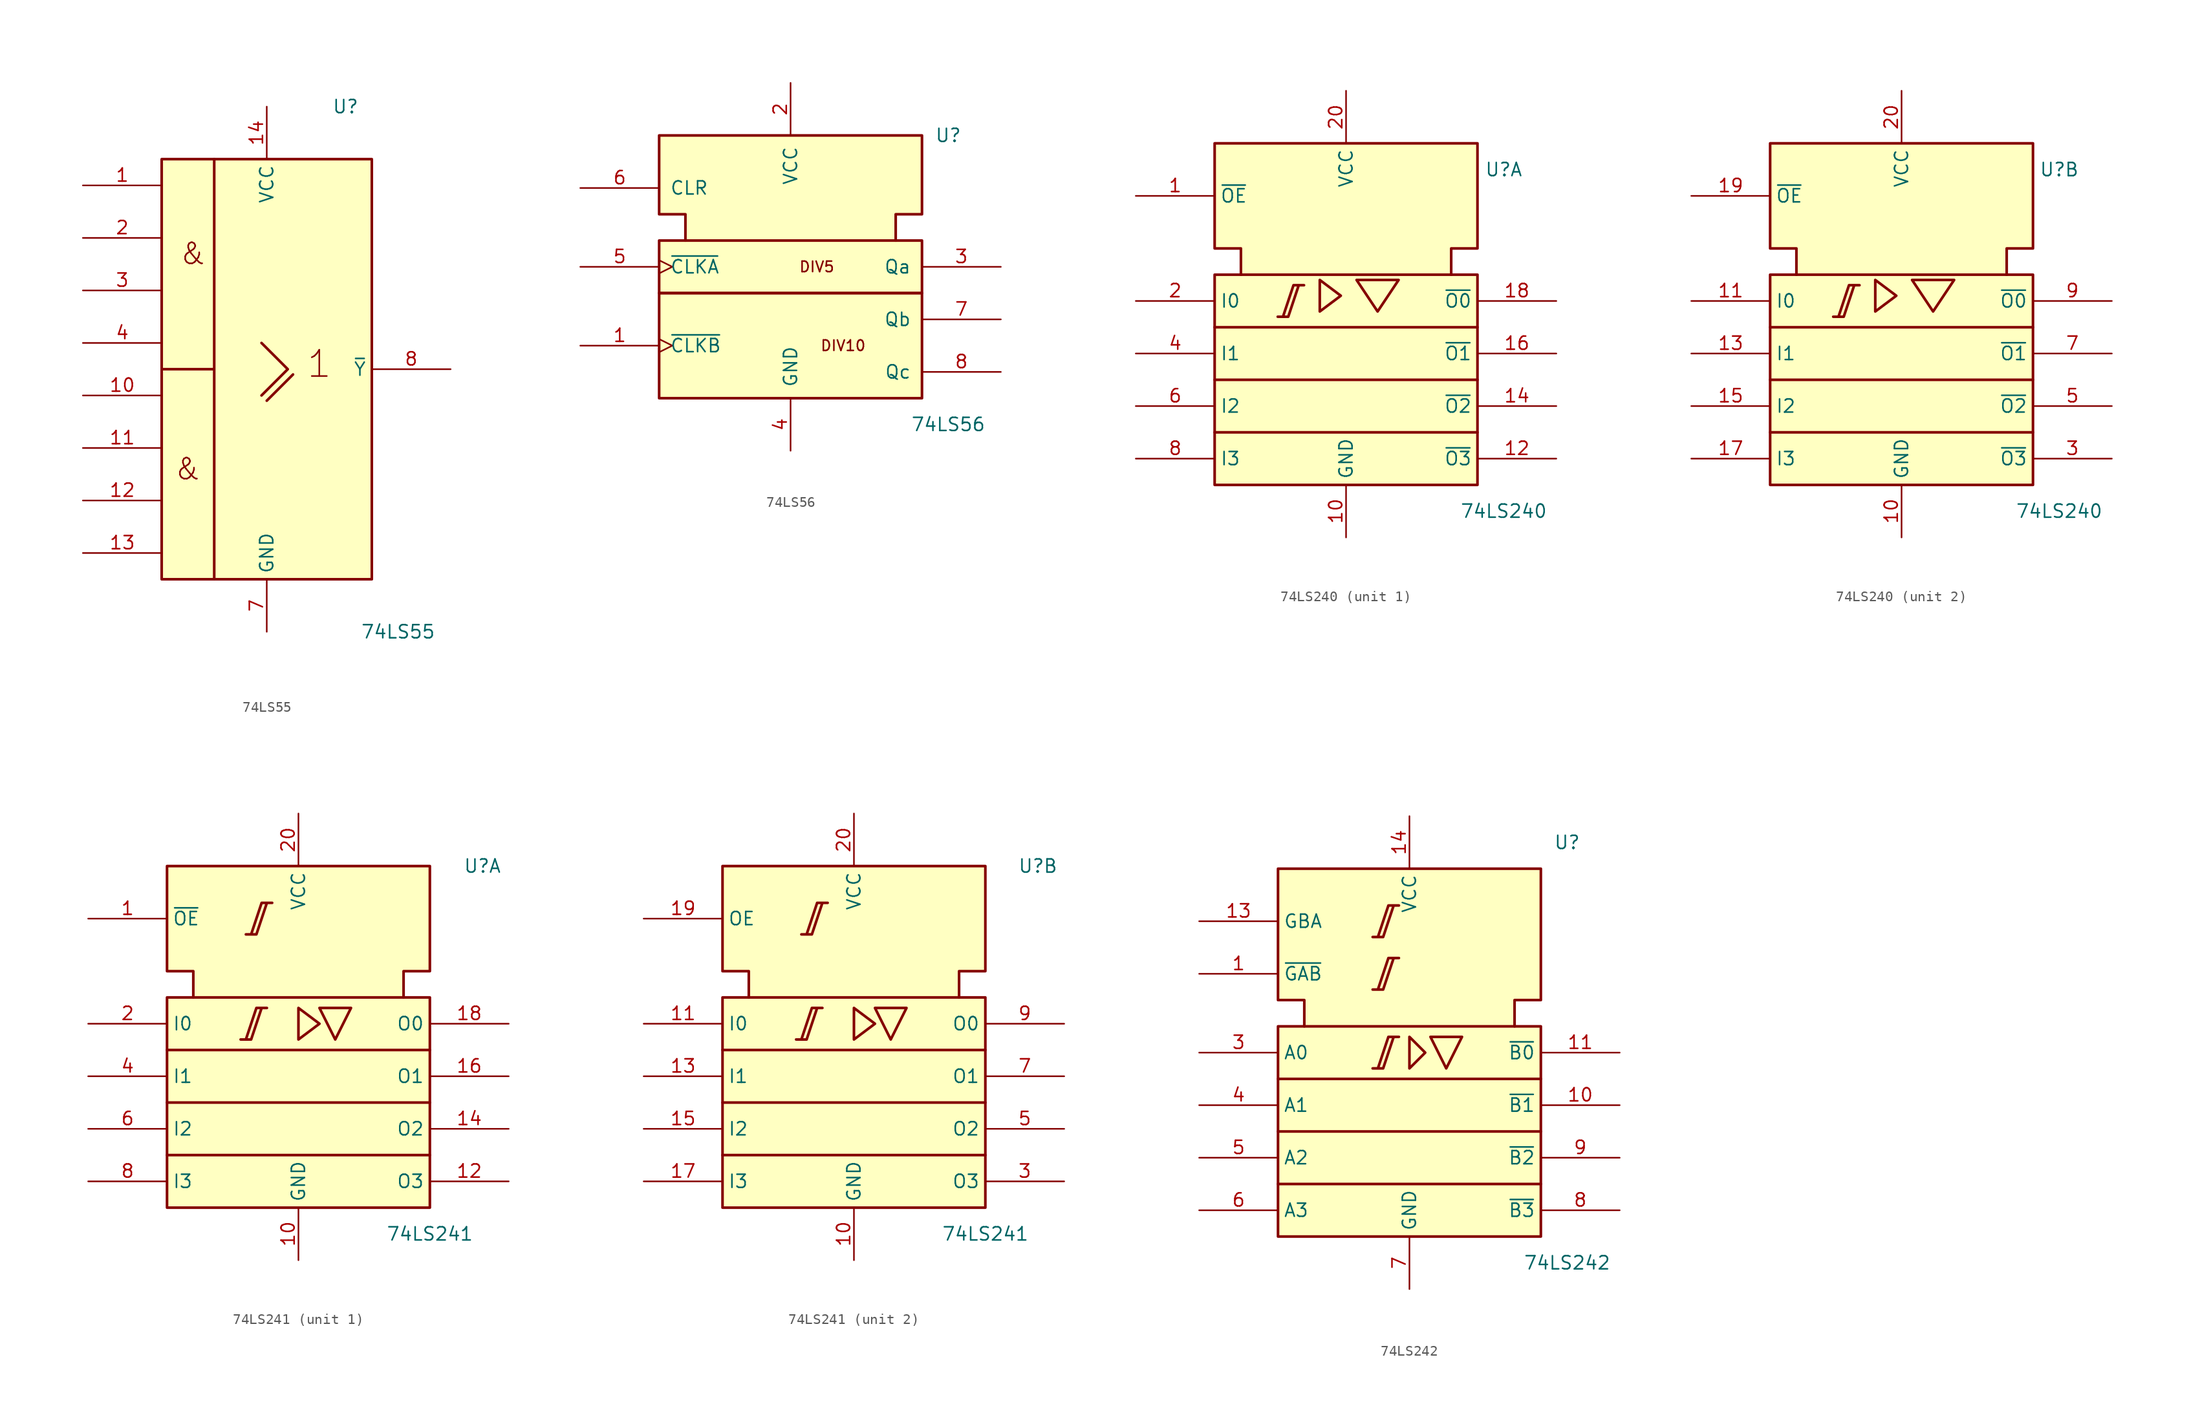
<source format=kicad_sym>
(kicad_symbol_lib
  (version 20241209)
  (generator "kicad_symbol_editor")
  (generator_version "9.0")
  (symbol "74LS55"
    (property "Reference" "U"
      (at 7.62 25.4 0)
      (effects (font (size 1.27 1.27))))
    (property "Value" "74LS55"
      (at 12.7 -25.4 0)
      (effects (font (size 1.27 1.27))))
    (symbol "74LS55_0_0"
      (polyline (pts (xy -0.508 2.54) (xy 2.032 0) (xy -0.508 -2.54) (xy -0.508 -2.54)) (stroke (width 0.254) (type default)) (fill (type background)))
      (polyline (pts (xy 0 -3.048) (xy 2.54 -0.508)) (stroke (width 0.254) (type default)) (fill (type background)))
      (text "&" (at -7.62 -9.652 0) (effects (font (size 2.032 2.032))))
      (text "&" (at -7.112 11.176 0) (effects (font (size 2.032 2.032))))
      (text "1" (at 5.08 0.508 0) (effects (font (size 2.54 2.54)))))
    (symbol "74LS55_0_1"
      (rectangle (start -10.16 20.32) (end 10.16 -20.32) (stroke (width 0.254) (type default)) (fill (type background)))
      (polyline (pts (xy -5.08 20.32) (xy -5.08 0) (xy -10.16 0) (xy -5.08 0) (xy -5.08 -20.32) (xy -5.08 -20.32)) (stroke (width 0.254) (type default)) (fill (type background)))
      (pin power_in line (at 0 25.4 270) (length 5.08) (name "VCC" (effects (font (size 1.27 1.27)))) (number "14" (effects (font (size 1.27 1.27)))))
      (pin power_in line (at 0 -25.4 90) (length 5.08) (name "GND" (effects (font (size 1.27 1.27)))) (number "7" (effects (font (size 1.27 1.27))))))
    (symbol "74LS55_1_1"
      (pin input line (at -17.78 17.78 0) (length 7.62) (name "~" (effects (font (size 1.27 1.27)))) (number "1" (effects (font (size 1.27 1.27)))))
      (pin input line (at -17.78 12.7 0) (length 7.62) (name "~" (effects (font (size 1.27 1.27)))) (number "2" (effects (font (size 1.27 1.27)))))
      (pin input line (at -17.78 7.62 0) (length 7.62) (name "~" (effects (font (size 1.27 1.27)))) (number "3" (effects (font (size 1.27 1.27)))))
      (pin input line (at -17.78 2.54 0) (length 7.62) (name "~" (effects (font (size 1.27 1.27)))) (number "4" (effects (font (size 1.27 1.27)))))
      (pin input line (at -17.78 -2.54 0) (length 7.62) (name "~" (effects (font (size 1.27 1.27)))) (number "10" (effects (font (size 1.27 1.27)))))
      (pin input line (at -17.78 -7.62 0) (length 7.62) (name "~" (effects (font (size 1.27 1.27)))) (number "11" (effects (font (size 1.27 1.27)))))
      (pin input line (at -17.78 -12.7 0) (length 7.62) (name "~" (effects (font (size 1.27 1.27)))) (number "12" (effects (font (size 1.27 1.27)))))
      (pin input line (at -17.78 -17.78 0) (length 7.62) (name "~" (effects (font (size 1.27 1.27)))) (number "13" (effects (font (size 1.27 1.27)))))
      (pin output line (at 17.78 0 180) (length 7.62) (name "~{Y}" (effects (font (size 1.27 1.27)))) (number "8" (effects (font (size 1.27 1.27)))))))
  (symbol "74LS56"
    (pin_names
      (offset 1.016))
    (property "Reference" "U"
      (at 15.24 12.7 0)
      (effects (font (size 1.27 1.27))))
    (property "Value" "74LS56"
      (at 15.24 -15.24 0)
      (effects (font (size 1.27 1.27))))
    (symbol "74LS56_0_0"
      (rectangle (start -12.7 2.54) (end 12.7 -2.54) (stroke (width 0.254) (type default)) (fill (type background)))
      (rectangle (start -12.7 -2.54) (end 12.7 -12.7) (stroke (width 0.254) (type default)) (fill (type background)))
      (polyline (pts (xy -10.16 2.54) (xy -10.16 5.08) (xy -12.7 5.08) (xy -12.7 12.7) (xy 12.7 12.7) (xy 12.7 5.08) (xy 10.16 5.08) (xy 10.16 2.54) (xy 10.16 2.54)) (stroke (width 0.254) (type default)) (fill (type background)))
      (text "DIV5" (at 2.54 0 0) (effects (font (size 1.016 1.016))))
      (text "DIV10" (at 5.08 -7.62 0) (effects (font (size 1.016 1.016)))))
    (symbol "74LS56_0_1"
      (pin power_in line (at 0 17.78 270) (length 5.08) (name "VCC" (effects (font (size 1.27 1.27)))) (number "2" (effects (font (size 1.27 1.27)))))
      (pin power_in line (at 0 -17.78 90) (length 5.08) (name "GND" (effects (font (size 1.27 1.27)))) (number "4" (effects (font (size 1.27 1.27))))))
    (symbol "74LS56_1_1"
      (pin input line (at -20.32 7.62 0) (length 7.62) (name "CLR" (effects (font (size 1.27 1.27)))) (number "6" (effects (font (size 1.27 1.27)))))
      (pin input clock (at -20.32 0 0) (length 7.62) (name "~{CLKA}" (effects (font (size 1.27 1.27)))) (number "5" (effects (font (size 1.27 1.27)))))
      (pin input clock (at -20.32 -7.62 0) (length 7.62) (name "~{CLKB}" (effects (font (size 1.27 1.27)))) (number "1" (effects (font (size 1.27 1.27)))))
      (pin output line (at 20.32 0 180) (length 7.62) (name "Qa" (effects (font (size 1.27 1.27)))) (number "3" (effects (font (size 1.27 1.27)))))
      (pin output line (at 20.32 -5.08 180) (length 7.62) (name "Qb" (effects (font (size 1.27 1.27)))) (number "7" (effects (font (size 1.27 1.27)))))
      (pin output line (at 20.32 -10.16 180) (length 7.62) (name "Qc" (effects (font (size 1.27 1.27)))) (number "8" (effects (font (size 1.27 1.27)))))))
  (symbol "74LS240"
    (property "Reference" "U"
      (at 15.24 17.78 0)
      (effects (font (size 1.27 1.27))))
    (property "Value" "74LS240"
      (at 15.24 -15.24 0)
      (effects (font (size 1.27 1.27))))
    (symbol "74LS240_0_0"
      (polyline (pts (xy -2.54 7.112) (xy -2.54 4.064) (xy -0.508 5.588) (xy -2.54 7.112) (xy -2.54 7.112)) (stroke (width 0.254) (type default)) (fill (type background)))
      (polyline (pts (xy 1.524 7.112) (xy 5.08 7.112) (xy 3.048 4.064) (xy 1.016 7.112) (xy 1.524 7.112) (xy 1.524 7.112)) (stroke (width 0.254) (type default)) (fill (type background))))
    (symbol "74LS240_0_1"
      (rectangle (start -12.7 7.62) (end 12.7 -12.7) (stroke (width 0.254) (type default)) (fill (type background)))
      (polyline (pts (xy -12.7 2.54) (xy 12.7 2.54) (xy 12.7 2.54)) (stroke (width 0.254) (type default)) (fill (type background)))
      (polyline (pts (xy -12.7 -2.54) (xy 12.7 -2.54) (xy 12.7 -2.54)) (stroke (width 0.254) (type default)) (fill (type background)))
      (polyline (pts (xy -12.7 -7.62) (xy 12.7 -7.62) (xy 12.7 -7.62)) (stroke (width 0.254) (type default)) (fill (type background)))
      (polyline (pts (xy -10.16 7.62) (xy -10.16 10.16) (xy -12.7 10.16) (xy -12.7 20.32) (xy 12.7 20.32) (xy 12.7 10.16) (xy 10.16 10.16) (xy 10.16 7.62) (xy 10.16 7.62)) (stroke (width 0.254) (type default)) (fill (type background)))
      (polyline (pts (xy -6.604 3.556) (xy -5.588 3.556) (xy -4.572 6.604) (xy -4.064 6.604) (xy -5.08 6.604) (xy -6.096 3.556) (xy -6.096 3.556)) (stroke (width 0.254) (type default)) (fill (type background)))
      (pin power_in line (at 0 25.4 270) (length 5.08) (name "VCC" (effects (font (size 1.27 1.27)))) (number "20" (effects (font (size 1.27 1.27)))))
      (pin power_in line (at 0 -17.78 90) (length 5.08) (name "GND" (effects (font (size 1.27 1.27)))) (number "10" (effects (font (size 1.27 1.27))))))
    (symbol "74LS240_1_1"
      (pin input line (at -20.32 15.24 0) (length 7.62) (name "~{OE}" (effects (font (size 1.27 1.27)))) (number "1" (effects (font (size 1.27 1.27)))))
      (pin input line (at -20.32 5.08 0) (length 7.62) (name "I0" (effects (font (size 1.27 1.27)))) (number "2" (effects (font (size 1.27 1.27)))))
      (pin input line (at -20.32 0 0) (length 7.62) (name "I1" (effects (font (size 1.27 1.27)))) (number "4" (effects (font (size 1.27 1.27)))))
      (pin input line (at -20.32 -5.08 0) (length 7.62) (name "I2" (effects (font (size 1.27 1.27)))) (number "6" (effects (font (size 1.27 1.27)))))
      (pin input line (at -20.32 -10.16 0) (length 7.62) (name "I3" (effects (font (size 1.27 1.27)))) (number "8" (effects (font (size 1.27 1.27)))))
      (pin tri_state line (at 20.32 5.08 180) (length 7.62) (name "~{O0}" (effects (font (size 1.27 1.27)))) (number "18" (effects (font (size 1.27 1.27)))))
      (pin tri_state line (at 20.32 0 180) (length 7.62) (name "~{O1}" (effects (font (size 1.27 1.27)))) (number "16" (effects (font (size 1.27 1.27)))))
      (pin tri_state line (at 20.32 -5.08 180) (length 7.62) (name "~{O2}" (effects (font (size 1.27 1.27)))) (number "14" (effects (font (size 1.27 1.27)))))
      (pin tri_state line (at 20.32 -10.16 180) (length 7.62) (name "~{O3}" (effects (font (size 1.27 1.27)))) (number "12" (effects (font (size 1.27 1.27))))))
    (symbol "74LS240_2_1"
      (pin input line (at -20.32 15.24 0) (length 7.62) (name "~{OE}" (effects (font (size 1.27 1.27)))) (number "19" (effects (font (size 1.27 1.27)))))
      (pin input line (at -20.32 5.08 0) (length 7.62) (name "I0" (effects (font (size 1.27 1.27)))) (number "11" (effects (font (size 1.27 1.27)))))
      (pin input line (at -20.32 0 0) (length 7.62) (name "I1" (effects (font (size 1.27 1.27)))) (number "13" (effects (font (size 1.27 1.27)))))
      (pin input line (at -20.32 -5.08 0) (length 7.62) (name "I2" (effects (font (size 1.27 1.27)))) (number "15" (effects (font (size 1.27 1.27)))))
      (pin input line (at -20.32 -10.16 0) (length 7.62) (name "I3" (effects (font (size 1.27 1.27)))) (number "17" (effects (font (size 1.27 1.27)))))
      (pin tri_state line (at 20.32 5.08 180) (length 7.62) (name "~{O0}" (effects (font (size 1.27 1.27)))) (number "9" (effects (font (size 1.27 1.27)))))
      (pin tri_state line (at 20.32 0 180) (length 7.62) (name "~{O1}" (effects (font (size 1.27 1.27)))) (number "7" (effects (font (size 1.27 1.27)))))
      (pin tri_state line (at 20.32 -5.08 180) (length 7.62) (name "~{O2}" (effects (font (size 1.27 1.27)))) (number "5" (effects (font (size 1.27 1.27)))))
      (pin tri_state line (at 20.32 -10.16 180) (length 7.62) (name "~{O3}" (effects (font (size 1.27 1.27)))) (number "3" (effects (font (size 1.27 1.27)))))))
  (symbol "74LS241"
    (property "Reference" "U"
      (at 17.78 20.32 0)
      (effects (font (size 1.27 1.27))))
    (property "Value" "74LS241"
      (at 12.7 -15.24 0)
      (effects (font (size 1.27 1.27))))
    (symbol "74LS241_0_0"
      (polyline (pts (xy 2.032 6.604) (xy 5.08 6.604) (xy 3.556 3.556) (xy 2.032 6.604) (xy 2.032 6.604)) (stroke (width 0.254) (type default)) (fill (type background)))
      (pin power_in line (at 0 25.4 270) (length 5.08) (name "VCC" (effects (font (size 1.27 1.27)))) (number "20" (effects (font (size 1.27 1.27)))))
      (pin power_in line (at 0 -17.78 90) (length 5.08) (name "GND" (effects (font (size 1.27 1.27)))) (number "10" (effects (font (size 1.27 1.27))))))
    (symbol "74LS241_0_1"
      (rectangle (start -12.7 7.62) (end 12.7 -12.7) (stroke (width 0.254) (type default)) (fill (type background)))
      (polyline (pts (xy -12.7 -2.54) (xy 12.7 -2.54) (xy 12.7 -2.54)) (stroke (width 0.254) (type default)) (fill (type background)))
      (polyline (pts (xy -10.16 7.62) (xy -10.16 10.16) (xy -12.7 10.16) (xy -12.7 20.32) (xy 12.7 20.32) (xy 12.7 10.16) (xy 10.16 10.16) (xy 10.16 7.62) (xy 10.16 7.62)) (stroke (width 0.254) (type default)) (fill (type background)))
      (polyline (pts (xy -5.588 3.556) (xy -4.572 3.556) (xy -3.556 6.604) (xy -3.048 6.604) (xy -4.064 6.604) (xy -5.08 3.556) (xy -5.08 3.556)) (stroke (width 0.254) (type default)) (fill (type background)))
      (polyline (pts (xy -5.08 13.716) (xy -4.064 13.716) (xy -3.048 16.764) (xy -2.54 16.764) (xy -3.556 16.764) (xy -4.572 13.716) (xy -4.572 13.716)) (stroke (width 0.254) (type default)) (fill (type background)))
      (polyline (pts (xy 0 6.604) (xy 0 3.556) (xy 2.032 5.08) (xy 0 6.604) (xy 0 6.604)) (stroke (width 0.254) (type default)) (fill (type background)))
      (polyline (pts (xy 12.7 2.54) (xy -12.7 2.54) (xy -12.7 2.54)) (stroke (width 0.254) (type default)) (fill (type background)))
      (polyline (pts (xy 12.7 -7.62) (xy -12.7 -7.62) (xy -12.7 -7.62)) (stroke (width 0.254) (type default)) (fill (type background))))
    (symbol "74LS241_1_1"
      (pin input line (at -20.32 15.24 0) (length 7.62) (name "~{OE}" (effects (font (size 1.27 1.27)))) (number "1" (effects (font (size 1.27 1.27)))))
      (pin input line (at -20.32 5.08 0) (length 7.62) (name "I0" (effects (font (size 1.27 1.27)))) (number "2" (effects (font (size 1.27 1.27)))))
      (pin input line (at -20.32 0 0) (length 7.62) (name "I1" (effects (font (size 1.27 1.27)))) (number "4" (effects (font (size 1.27 1.27)))))
      (pin input line (at -20.32 -5.08 0) (length 7.62) (name "I2" (effects (font (size 1.27 1.27)))) (number "6" (effects (font (size 1.27 1.27)))))
      (pin input line (at -20.32 -10.16 0) (length 7.62) (name "I3" (effects (font (size 1.27 1.27)))) (number "8" (effects (font (size 1.27 1.27)))))
      (pin tri_state line (at 20.32 5.08 180) (length 7.62) (name "O0" (effects (font (size 1.27 1.27)))) (number "18" (effects (font (size 1.27 1.27)))))
      (pin tri_state line (at 20.32 0 180) (length 7.62) (name "O1" (effects (font (size 1.27 1.27)))) (number "16" (effects (font (size 1.27 1.27)))))
      (pin tri_state line (at 20.32 -5.08 180) (length 7.62) (name "O2" (effects (font (size 1.27 1.27)))) (number "14" (effects (font (size 1.27 1.27)))))
      (pin tri_state line (at 20.32 -10.16 180) (length 7.62) (name "O3" (effects (font (size 1.27 1.27)))) (number "12" (effects (font (size 1.27 1.27))))))
    (symbol "74LS241_2_1"
      (pin input line (at -20.32 15.24 0) (length 7.62) (name "OE" (effects (font (size 1.27 1.27)))) (number "19" (effects (font (size 1.27 1.27)))))
      (pin input line (at -20.32 5.08 0) (length 7.62) (name "I0" (effects (font (size 1.27 1.27)))) (number "11" (effects (font (size 1.27 1.27)))))
      (pin input line (at -20.32 0 0) (length 7.62) (name "I1" (effects (font (size 1.27 1.27)))) (number "13" (effects (font (size 1.27 1.27)))))
      (pin input line (at -20.32 -5.08 0) (length 7.62) (name "I2" (effects (font (size 1.27 1.27)))) (number "15" (effects (font (size 1.27 1.27)))))
      (pin input line (at -20.32 -10.16 0) (length 7.62) (name "I3" (effects (font (size 1.27 1.27)))) (number "17" (effects (font (size 1.27 1.27)))))
      (pin tri_state line (at 20.32 5.08 180) (length 7.62) (name "O0" (effects (font (size 1.27 1.27)))) (number "9" (effects (font (size 1.27 1.27)))))
      (pin tri_state line (at 20.32 0 180) (length 7.62) (name "O1" (effects (font (size 1.27 1.27)))) (number "7" (effects (font (size 1.27 1.27)))))
      (pin tri_state line (at 20.32 -5.08 180) (length 7.62) (name "O2" (effects (font (size 1.27 1.27)))) (number "5" (effects (font (size 1.27 1.27)))))
      (pin tri_state line (at 20.32 -10.16 180) (length 7.62) (name "O3" (effects (font (size 1.27 1.27)))) (number "3" (effects (font (size 1.27 1.27)))))))
  (symbol "74LS242"
    (property "Reference" "U"
      (at 15.24 25.4 0)
      (effects (font (size 1.27 1.27))))
    (property "Value" "74LS242"
      (at 15.24 -15.24 0)
      (effects (font (size 1.27 1.27))))
    (symbol "74LS242_0_0"
      (pin power_in line (at 0 27.94 270) (length 5.08) (name "VCC" (effects (font (size 1.27 1.27)))) (number "14" (effects (font (size 1.27 1.27)))))
      (pin power_in line (at 0 -17.78 90) (length 5.08) (name "GND" (effects (font (size 1.27 1.27)))) (number "7" (effects (font (size 1.27 1.27))))))
    (symbol "74LS242_0_1"
      (rectangle (start -12.7 7.62) (end 12.7 -12.7) (stroke (width 0.254) (type default)) (fill (type background)))
      (polyline (pts (xy -12.7 2.54) (xy 12.7 2.54) (xy 12.7 2.54)) (stroke (width 0.254) (type default)) (fill (type background)))
      (polyline (pts (xy -12.7 -2.54) (xy 12.7 -2.54) (xy 12.7 -2.54)) (stroke (width 0.254) (type default)) (fill (type background)))
      (polyline (pts (xy -12.7 -7.62) (xy 12.7 -7.62) (xy 12.7 -7.62)) (stroke (width 0.254) (type default)) (fill (type background)))
      (polyline (pts (xy -10.16 7.62) (xy -10.16 10.16) (xy -12.7 10.16) (xy -12.7 22.86) (xy 12.7 22.86) (xy 12.7 10.16) (xy 10.16 10.16) (xy 10.16 7.62) (xy 10.16 7.62)) (stroke (width 0.254) (type default)) (fill (type background)))
      (polyline (pts (xy -3.556 16.256) (xy -2.54 16.256) (xy -1.524 19.304) (xy -1.016 19.304) (xy -2.032 19.304) (xy -3.048 16.256) (xy -3.048 16.256)) (stroke (width 0.254) (type default)) (fill (type background)))
      (polyline (pts (xy -3.556 11.176) (xy -2.54 11.176) (xy -1.524 14.224) (xy -1.016 14.224) (xy -2.032 14.224) (xy -3.048 11.176) (xy -3.048 11.176)) (stroke (width 0.254) (type default)) (fill (type background)))
      (polyline (pts (xy -3.556 3.556) (xy -2.54 3.556) (xy -1.524 6.604) (xy -1.016 6.604) (xy -2.032 6.604) (xy -3.048 3.556) (xy -3.048 3.556)) (stroke (width 0.254) (type default)) (fill (type background)))
      (polyline (pts (xy 0 6.604) (xy 0 3.556) (xy 1.524 5.08) (xy 0 6.604) (xy 0 6.604)) (stroke (width 0.254) (type default)) (fill (type background)))
      (polyline (pts (xy 2.032 6.604) (xy 5.08 6.604) (xy 3.556 3.556) (xy 2.032 6.604) (xy 2.032 6.604)) (stroke (width 0.254) (type default)) (fill (type background))))
    (symbol "74LS242_1_1"
      (pin input line (at -20.32 17.78 0) (length 7.62) (name "GBA" (effects (font (size 1.27 1.27)))) (number "13" (effects (font (size 1.27 1.27)))))
      (pin input line (at -20.32 12.7 0) (length 7.62) (name "~{GAB}" (effects (font (size 1.27 1.27)))) (number "1" (effects (font (size 1.27 1.27)))))
      (pin input line (at -20.32 5.08 0) (length 7.62) (name "A0" (effects (font (size 1.27 1.27)))) (number "3" (effects (font (size 1.27 1.27)))))
      (pin input line (at -20.32 0 0) (length 7.62) (name "A1" (effects (font (size 1.27 1.27)))) (number "4" (effects (font (size 1.27 1.27)))))
      (pin input line (at -20.32 -5.08 0) (length 7.62) (name "A2" (effects (font (size 1.27 1.27)))) (number "5" (effects (font (size 1.27 1.27)))))
      (pin input line (at -20.32 -10.16 0) (length 7.62) (name "A3" (effects (font (size 1.27 1.27)))) (number "6" (effects (font (size 1.27 1.27)))))
      (pin tri_state line (at 20.32 5.08 180) (length 7.62) (name "~{B0}" (effects (font (size 1.27 1.27)))) (number "11" (effects (font (size 1.27 1.27)))))
      (pin tri_state line (at 20.32 0 180) (length 7.62) (name "~{B1}" (effects (font (size 1.27 1.27)))) (number "10" (effects (font (size 1.27 1.27)))))
      (pin tri_state line (at 20.32 -5.08 180) (length 7.62) (name "~{B2}" (effects (font (size 1.27 1.27)))) (number "9" (effects (font (size 1.27 1.27)))))
      (pin tri_state line (at 20.32 -10.16 180) (length 7.62) (name "~{B3}" (effects (font (size 1.27 1.27)))) (number "8" (effects (font (size 1.27 1.27))))))))
</source>
